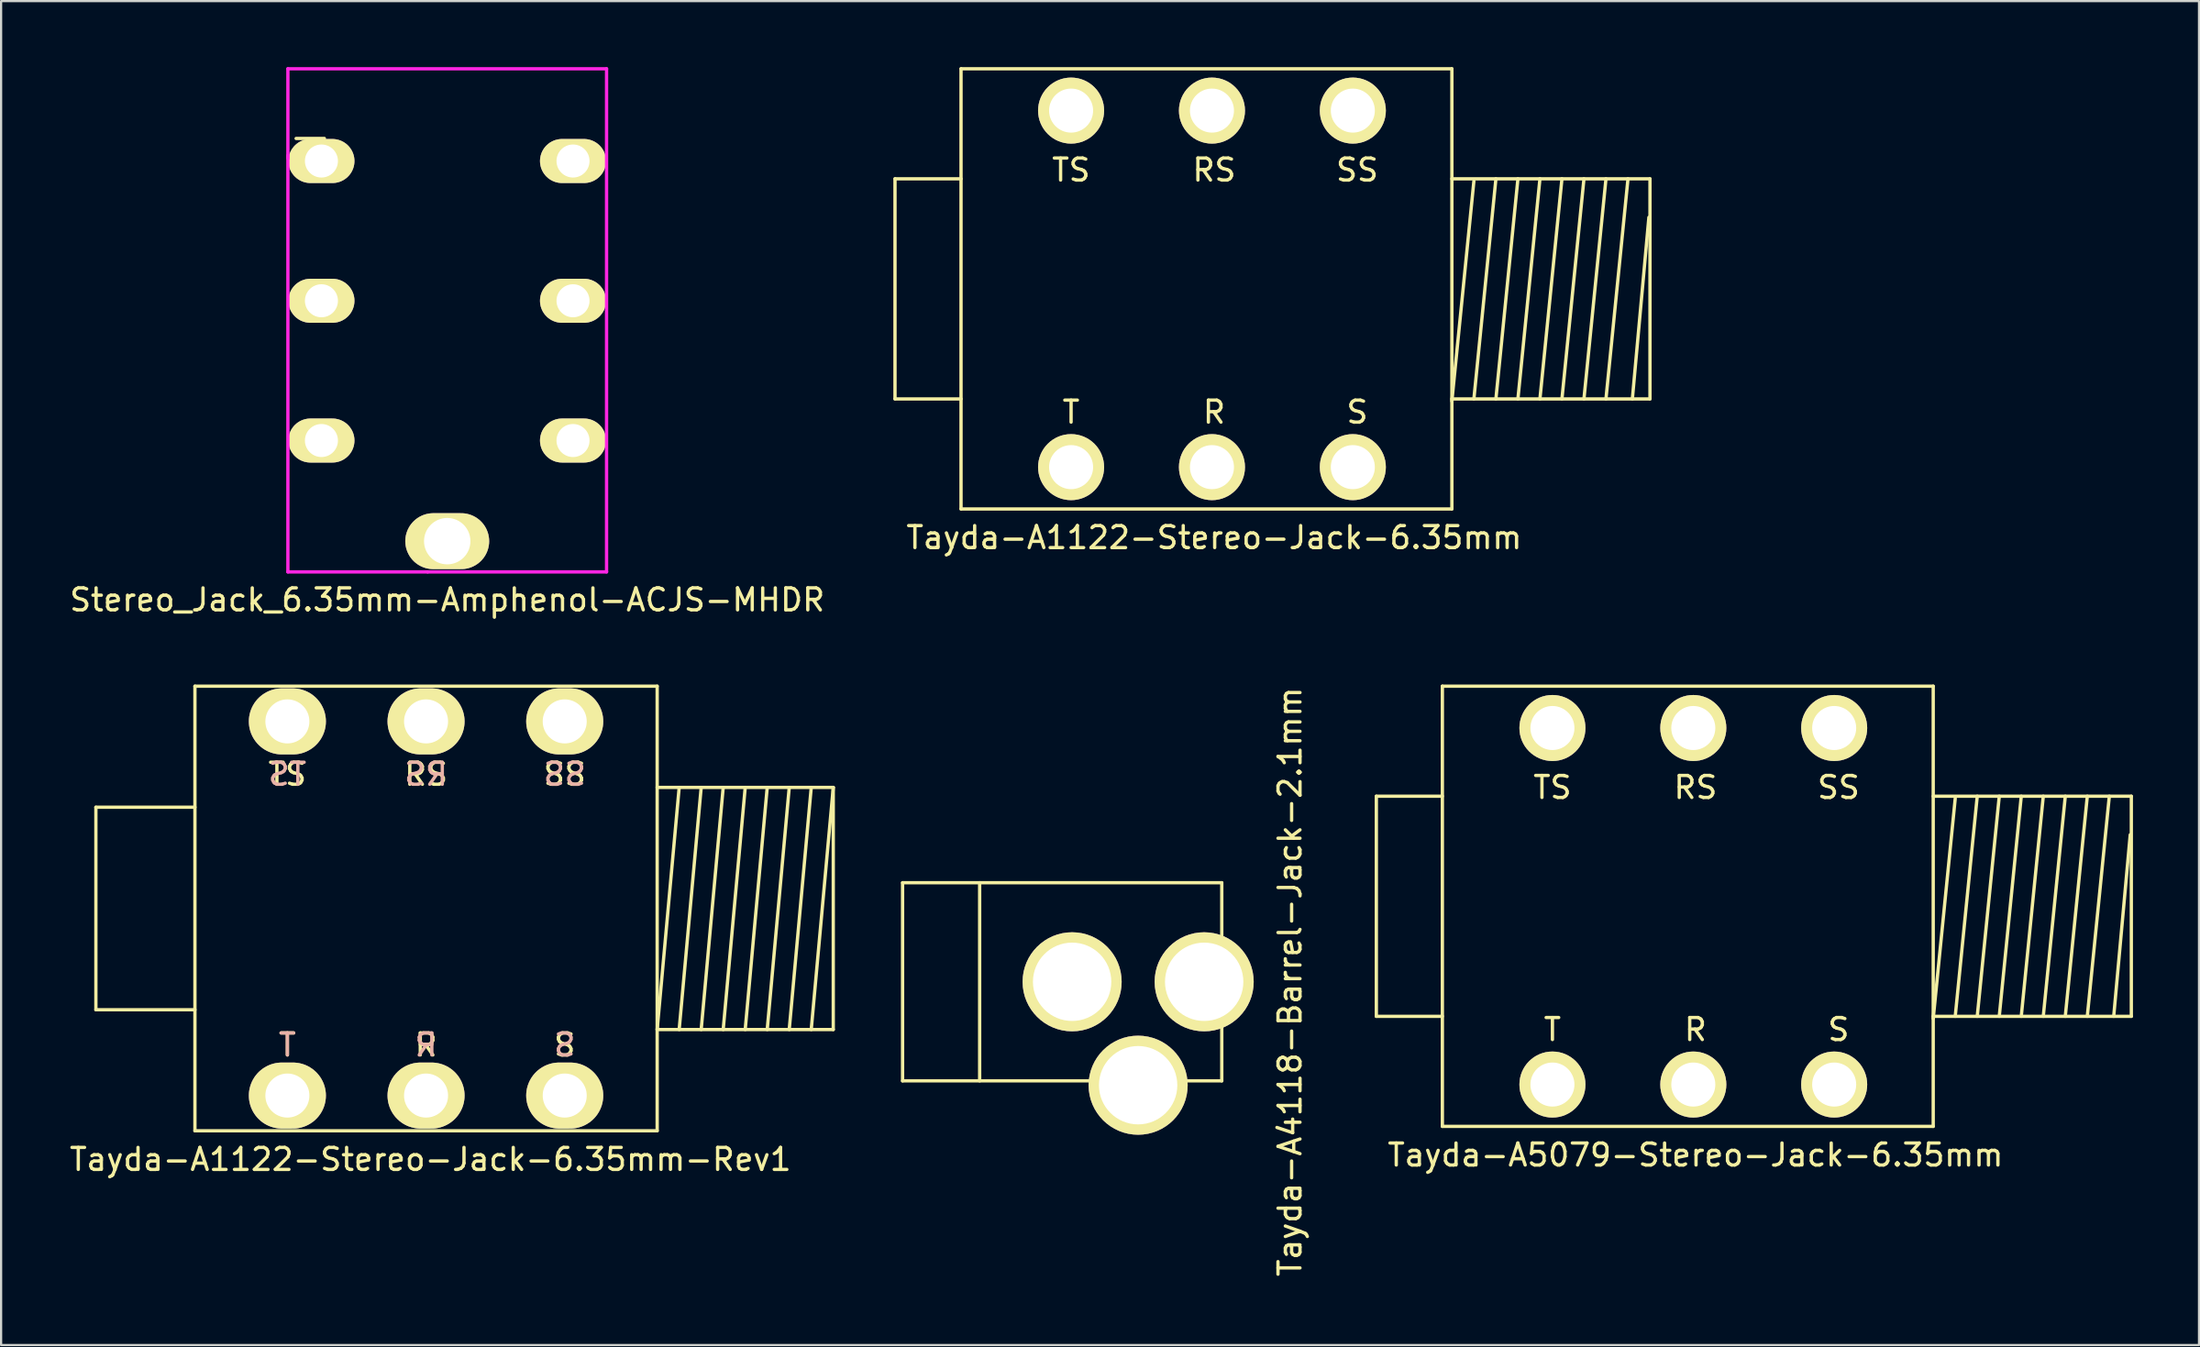
<source format=kicad_pcb>
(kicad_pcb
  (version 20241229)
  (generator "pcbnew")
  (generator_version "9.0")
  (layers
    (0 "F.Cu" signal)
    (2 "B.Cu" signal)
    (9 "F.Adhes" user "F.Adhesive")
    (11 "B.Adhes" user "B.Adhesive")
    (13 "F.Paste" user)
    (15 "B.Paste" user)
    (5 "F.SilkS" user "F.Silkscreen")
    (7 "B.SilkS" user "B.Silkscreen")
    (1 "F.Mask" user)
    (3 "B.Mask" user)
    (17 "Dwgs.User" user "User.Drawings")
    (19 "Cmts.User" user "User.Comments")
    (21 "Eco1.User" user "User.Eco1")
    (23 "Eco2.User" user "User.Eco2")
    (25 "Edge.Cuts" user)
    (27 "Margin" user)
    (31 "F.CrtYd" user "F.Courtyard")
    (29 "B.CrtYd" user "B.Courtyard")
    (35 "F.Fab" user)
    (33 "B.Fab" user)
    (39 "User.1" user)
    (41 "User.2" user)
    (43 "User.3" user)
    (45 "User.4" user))
  (footprint "Tayda-A1122-Stereo-Jack-6.35mm-Rev1"
    (layer "F.Cu")
    (at 10.006 46.428)
    (property "Reference" "Tayda-A1122-Stereo-Jack-6.35mm-Rev1" (at 6.5 3.2 0) (layer "F.SilkS") (effects (font (size 1 1) (thickness 0.15))))
    (attr through_hole)
    (fp_line (start -8.7 -12.8) (end -4.2 -12.8) (stroke (width 0.15) (type solid)) (layer "F.SilkS"))
    (fp_line (start -8.7 -3.6) (end -8.7 -12.8) (stroke (width 0.15) (type solid)) (layer "F.SilkS"))
    (fp_line (start -4.2 -18.3) (end 16.8 -18.3) (stroke (width 0.15) (type solid)) (layer "F.SilkS"))
    (fp_line (start -4.2 -3.6) (end -8.7 -3.6) (stroke (width 0.15) (type solid)) (layer "F.SilkS"))
    (fp_line (start -4.2 1.9) (end -4.2 -18.3) (stroke (width 0.15) (type solid)) (layer "F.SilkS"))
    (fp_line (start -4.2 1.9) (end 16.8 1.9) (stroke (width 0.15) (type solid)) (layer "F.SilkS"))
    (fp_line (start 16.8 -18.3) (end 16.8 1.9) (stroke (width 0.15) (type solid)) (layer "F.SilkS"))
    (fp_line (start 16.8 -13.7) (end 24.8 -13.7) (stroke (width 0.15) (type solid)) (layer "F.SilkS"))
    (fp_line (start 16.8 -2.7) (end 24.8 -2.7) (stroke (width 0.15) (type solid)) (layer "F.SilkS"))
    (fp_line (start 17.8 -13.7) (end 16.8 -2.7) (stroke (width 0.15) (type solid)) (layer "F.SilkS"))
    (fp_line (start 18.8 -13.7) (end 17.8 -2.7) (stroke (width 0.15) (type solid)) (layer "F.SilkS"))
    (fp_line (start 19.8 -13.7) (end 18.8 -2.7) (stroke (width 0.15) (type solid)) (layer "F.SilkS"))
    (fp_line (start 20.8 -13.7) (end 19.8 -2.7) (stroke (width 0.15) (type solid)) (layer "F.SilkS"))
    (fp_line (start 21.8 -13.7) (end 20.8 -2.7) (stroke (width 0.15) (type solid)) (layer "F.SilkS"))
    (fp_line (start 22.8 -13.7) (end 21.8 -2.7) (stroke (width 0.15) (type solid)) (layer "F.SilkS"))
    (fp_line (start 23.8 -13.7) (end 22.8 -2.7) (stroke (width 0.15) (type solid)) (layer "F.SilkS"))
    (fp_line (start 24.8 -13.7) (end 23.8 -2.7) (stroke (width 0.15) (type solid)) (layer "F.SilkS"))
    (fp_line (start 24.8 -2.7) (end 24.8 -13.7) (stroke (width 0.15) (type solid)) (layer "F.SilkS"))
    (fp_text user "SS" (at 12.6 -14.3 0) (layer "F.SilkS") (effects (font (size 1 1) (thickness 0.15))))
    (fp_text user "R" (at 6.3 -2 0) (layer "F.SilkS") (effects (font (size 1 1) (thickness 0.15))))
    (fp_text user "TS" (at 0 -14.3 0) (layer "F.SilkS") (effects (font (size 1 1) (thickness 0.15))))
    (fp_text user "RS" (at 6.3 -14.3 0) (layer "F.SilkS") (effects (font (size 1 1) (thickness 0.15))))
    (fp_text user "T" (at 0 -2 0) (layer "F.SilkS") (effects (font (size 1 1) (thickness 0.15))))
    (fp_text user "S" (at 12.6 -2 0) (layer "F.SilkS") (effects (font (size 1 1) (thickness 0.15))))
    (fp_text user "TS" (at 0 -14.3 0) (layer "B.SilkS") (effects (font (size 1 1) (thickness 0.15)) (justify mirror)))
    (fp_text user "R" (at 6.3 -2 0) (layer "B.SilkS") (effects (font (size 1 1) (thickness 0.15)) (justify mirror)))
    (fp_text user "T" (at 0 -2 0) (layer "B.SilkS") (effects (font (size 1 1) (thickness 0.15)) (justify mirror)))
    (fp_text user "S" (at 12.6 -2 0) (layer "B.SilkS") (effects (font (size 1 1) (thickness 0.15)) (justify mirror)))
    (fp_text user "SS" (at 12.6 -14.3 0) (layer "B.SilkS") (effects (font (size 1 1) (thickness 0.15)) (justify mirror)))
    (fp_text user "RS" (at 6.3 -14.3 0) (layer "B.SilkS") (effects (font (size 1 1) (thickness 0.15)) (justify mirror)))
    (pad "1" thru_hole oval (at 0 0.3) (size 3.5 3) (drill 2) (layers "*.Cu" "*.Mask" "F.SilkS"))
    (pad "2" thru_hole oval (at 6.3 0.3) (size 3.5 3) (drill 2) (layers "*.Cu" "*.Mask" "F.SilkS"))
    (pad "3" thru_hole oval (at 12.6 0.3) (size 3.5 3) (drill 2) (layers "*.Cu" "*.Mask" "F.SilkS"))
    (pad "4" thru_hole oval (at 0 -16.7) (size 3.5 3) (drill 2) (layers "*.Cu" "*.Mask" "F.SilkS"))
    (pad "5" thru_hole oval (at 6.3 -16.7) (size 3.5 3) (drill 2) (layers "*.Cu" "*.Mask" "F.SilkS"))
    (pad "6" thru_hole oval (at 12.6 -16.7) (size 3.5 3) (drill 2) (layers "*.Cu" "*.Mask" "F.SilkS")))
  (footprint "Stereo_Jack_6.35mm-Amphenol-ACJS-MHDR"
    (layer "F.Cu")
    (at 11.553 4.266)
    (property "Reference" "Stereo_Jack_6.35mm-Amphenol-ACJS-MHDR" (at 5.715 19.939 0) (layer "F.SilkS") (effects (font (size 1 1) (thickness 0.15))))
    (attr through_hole)
    (fp_line (start 0.135 -1.025) (end -1.15 -1.025) (stroke (width 0.15) (type solid)) (layer "F.SilkS"))
    (fp_line (start -1.524 -4.191) (end 12.954 -4.191) (stroke (width 0.15) (type solid)) (layer "F.CrtYd"))
    (fp_line (start -1.524 -0.127) (end -1.524 -4.191) (stroke (width 0.15) (type solid)) (layer "F.CrtYd"))
    (fp_line (start -1.524 18.669) (end -1.524 -0.254) (stroke (width 0.15) (type solid)) (layer "F.CrtYd"))
    (fp_line (start 4.826 18.669) (end -1.524 18.669) (stroke (width 0.15) (type solid)) (layer "F.CrtYd"))
    (fp_line (start 12.954 -4.191) (end 12.954 18.669) (stroke (width 0.15) (type solid)) (layer "F.CrtYd"))
    (fp_line (start 12.954 18.669) (end 4.826 18.669) (stroke (width 0.15) (type solid)) (layer "F.CrtYd"))
    (pad "1" thru_hole oval (at 0 0) (size 3 2) (drill 1.5) (layers "*.Cu" "*.Mask" "F.SilkS"))
    (pad "2" thru_hole oval (at 0 6.35) (size 3 2) (drill 1.5) (layers "*.Cu" "*.Mask" "F.SilkS"))
    (pad "3" thru_hole oval (at 0 12.7) (size 3 2) (drill 1.5) (layers "*.Cu" "*.Mask" "F.SilkS"))
    (pad "4" thru_hole oval (at 11.43 0) (size 3 2) (drill 1.5) (layers "*.Cu" "*.Mask" "F.SilkS"))
    (pad "5" thru_hole oval (at 11.43 6.35) (size 3 2) (drill 1.5) (layers "*.Cu" "*.Mask" "F.SilkS"))
    (pad "6" thru_hole oval (at 11.43 12.7) (size 3 2) (drill 1.5) (layers "*.Cu" "*.Mask" "F.SilkS"))
    (pad "7" thru_hole oval (at 5.715 17.272) (size 3.81 2.54) (drill 2.108) (layers "*.Cu" "*.Mask" "F.SilkS")))
  (footprint "Tayda-A5079-Stereo-Jack-6.35mm"
    (layer "F.Cu")
    (at 67.479 46.228)
    (property "Reference" "Tayda-A5079-Stereo-Jack-6.35mm" (at 6.5 3.2 0) (layer "F.SilkS") (effects (font (size 1 1) (thickness 0.15))))
    (attr through_hole)
    (fp_line (start -8 -13.1) (end -8 -3.1) (stroke (width 0.15) (type solid)) (layer "F.SilkS"))
    (fp_line (start -8 -13.1) (end -5 -13.1) (stroke (width 0.15) (type solid)) (layer "F.SilkS"))
    (fp_line (start -5 -18.1) (end 17.3 -18.1) (stroke (width 0.15) (type solid)) (layer "F.SilkS"))
    (fp_line (start -5 -3.1) (end -8 -3.1) (stroke (width 0.15) (type solid)) (layer "F.SilkS"))
    (fp_line (start -5 1.9) (end -5 -18.1) (stroke (width 0.15) (type solid)) (layer "F.SilkS"))
    (fp_line (start 17.3 -18.1) (end 17.3 1.9) (stroke (width 0.15) (type solid)) (layer "F.SilkS"))
    (fp_line (start 17.3 -3.1) (end 26.3 -3.1) (stroke (width 0.15) (type solid)) (layer "F.SilkS"))
    (fp_line (start 17.3 1.9) (end -5 1.9) (stroke (width 0.15) (type solid)) (layer "F.SilkS"))
    (fp_line (start 18.3 -13) (end 17.3 -3) (stroke (width 0.15) (type solid)) (layer "F.SilkS"))
    (fp_line (start 19.3 -13.1) (end 18.3 -3.1) (stroke (width 0.15) (type solid)) (layer "F.SilkS"))
    (fp_line (start 20.3 -13.1) (end 19.3 -3.1) (stroke (width 0.15) (type solid)) (layer "F.SilkS"))
    (fp_line (start 21.3 -13.1) (end 20.3 -3.1) (stroke (width 0.15) (type solid)) (layer "F.SilkS"))
    (fp_line (start 22.3 -13.1) (end 21.3 -3.1) (stroke (width 0.15) (type solid)) (layer "F.SilkS"))
    (fp_line (start 23.3 -13.1) (end 22.3 -3.1) (stroke (width 0.15) (type solid)) (layer "F.SilkS"))
    (fp_line (start 24.3 -13.1) (end 23.3 -3.1) (stroke (width 0.15) (type solid)) (layer "F.SilkS"))
    (fp_line (start 25.3 -13.1) (end 24.3 -3.1) (stroke (width 0.15) (type solid)) (layer "F.SilkS"))
    (fp_line (start 25.5 -3.1) (end 26.25 -11.35) (stroke (width 0.15) (type solid)) (layer "F.SilkS"))
    (fp_line (start 26.3 -13.1) (end 17.3 -13.1) (stroke (width 0.15) (type solid)) (layer "F.SilkS"))
    (fp_line (start 26.3 -13.1) (end 26.3 -3.1) (stroke (width 0.15) (type solid)) (layer "F.SilkS"))
    (fp_text user "RS" (at 6.5 -13.5 0) (layer "F.SilkS") (effects (font (size 1 1) (thickness 0.15))))
    (fp_text user "SS" (at 13 -13.5 0) (layer "F.SilkS") (effects (font (size 1 1) (thickness 0.15))))
    (fp_text user "TS" (at 0 -13.5 0) (layer "F.SilkS") (effects (font (size 1 1) (thickness 0.15))))
    (fp_text user "R" (at 6.5 -2.5 0) (layer "F.SilkS") (effects (font (size 1 1) (thickness 0.15))))
    (fp_text user "T" (at 0 -2.5 0) (layer "F.SilkS") (effects (font (size 1 1) (thickness 0.15))))
    (fp_text user "S" (at 13 -2.5 0) (layer "F.SilkS") (effects (font (size 1 1) (thickness 0.15))))
    (pad "1" thru_hole circle (at 0 0) (size 3 3) (drill 2) (layers "*.Cu" "*.Mask" "F.SilkS"))
    (pad "2" thru_hole circle (at 6.4 0) (size 3 3) (drill 2) (layers "*.Cu" "*.Mask" "F.SilkS"))
    (pad "3" thru_hole circle (at 12.8 0) (size 3 3) (drill 2) (layers "*.Cu" "*.Mask" "F.SilkS"))
    (pad "4" thru_hole circle (at 0 -16.2) (size 3 3) (drill 2) (layers "*.Cu" "*.Mask" "F.SilkS"))
    (pad "5" thru_hole circle (at 6.4 -16.2) (size 3 3) (drill 2) (layers "*.Cu" "*.Mask" "F.SilkS"))
    (pad "6" thru_hole circle (at 12.8 -16.2) (size 3 3) (drill 2) (layers "*.Cu" "*.Mask" "F.SilkS")))
  (footprint "Tayda-A1122-Stereo-Jack-6.35mm"
    (layer "F.Cu")
    (at 51.961 9.92)
    (property "Reference" "Tayda-A1122-Stereo-Jack-6.35mm" (at 0.15 11.455 0) (layer "F.SilkS") (effects (font (size 1 1) (thickness 0.15))))
    (attr through_hole)
    (fp_line (start -14.35 -4.845) (end -14.35 5.155) (stroke (width 0.15) (type solid)) (layer "F.SilkS"))
    (fp_line (start -14.35 -4.845) (end -11.35 -4.845) (stroke (width 0.15) (type solid)) (layer "F.SilkS"))
    (fp_line (start -11.35 -9.845) (end 10.95 -9.845) (stroke (width 0.15) (type solid)) (layer "F.SilkS"))
    (fp_line (start -11.35 5.155) (end -14.35 5.155) (stroke (width 0.15) (type solid)) (layer "F.SilkS"))
    (fp_line (start -11.35 10.155) (end -11.35 -9.845) (stroke (width 0.15) (type solid)) (layer "F.SilkS"))
    (fp_line (start 10.95 -9.845) (end 10.95 10.155) (stroke (width 0.15) (type solid)) (layer "F.SilkS"))
    (fp_line (start 10.95 5.155) (end 19.95 5.155) (stroke (width 0.15) (type solid)) (layer "F.SilkS"))
    (fp_line (start 10.95 10.155) (end -11.35 10.155) (stroke (width 0.15) (type solid)) (layer "F.SilkS"))
    (fp_line (start 11.95 -4.745) (end 10.95 5.255) (stroke (width 0.15) (type solid)) (layer "F.SilkS"))
    (fp_line (start 12.95 -4.845) (end 11.95 5.155) (stroke (width 0.15) (type solid)) (layer "F.SilkS"))
    (fp_line (start 13.95 -4.845) (end 12.95 5.155) (stroke (width 0.15) (type solid)) (layer "F.SilkS"))
    (fp_line (start 14.95 -4.845) (end 13.95 5.155) (stroke (width 0.15) (type solid)) (layer "F.SilkS"))
    (fp_line (start 15.95 -4.845) (end 14.95 5.155) (stroke (width 0.15) (type solid)) (layer "F.SilkS"))
    (fp_line (start 16.95 -4.845) (end 15.95 5.155) (stroke (width 0.15) (type solid)) (layer "F.SilkS"))
    (fp_line (start 17.95 -4.845) (end 16.95 5.155) (stroke (width 0.15) (type solid)) (layer "F.SilkS"))
    (fp_line (start 18.95 -4.845) (end 17.95 5.155) (stroke (width 0.15) (type solid)) (layer "F.SilkS"))
    (fp_line (start 19.15 5.155) (end 19.9 -3.095) (stroke (width 0.15) (type solid)) (layer "F.SilkS"))
    (fp_line (start 19.95 -4.845) (end 10.95 -4.845) (stroke (width 0.15) (type solid)) (layer "F.SilkS"))
    (fp_line (start 19.95 -4.845) (end 19.95 5.155) (stroke (width 0.15) (type solid)) (layer "F.SilkS"))
    (fp_text user "RS" (at 0.15 -5.245 0) (layer "F.SilkS") (effects (font (size 1 1) (thickness 0.15))))
    (fp_text user "SS" (at 6.65 -5.245 0) (layer "F.SilkS") (effects (font (size 1 1) (thickness 0.15))))
    (fp_text user "R" (at 0.15 5.755 0) (layer "F.SilkS") (effects (font (size 1 1) (thickness 0.15))))
    (fp_text user "T" (at -6.35 5.755 0) (layer "F.SilkS") (effects (font (size 1 1) (thickness 0.15))))
    (fp_text user "S" (at 6.65 5.755 0) (layer "F.SilkS") (effects (font (size 1 1) (thickness 0.15))))
    (fp_text user "TS" (at -6.35 -5.245 0) (layer "F.SilkS") (effects (font (size 1 1) (thickness 0.15))))
    (pad "1" thru_hole circle (at -6.35 8.255) (size 3 3) (drill 2) (layers "*.Cu" "*.Mask" "F.SilkS"))
    (pad "2" thru_hole circle (at 0.05 8.255) (size 3 3) (drill 2) (layers "*.Cu" "*.Mask" "F.SilkS"))
    (pad "3" thru_hole circle (at 6.45 8.255) (size 3 3) (drill 2) (layers "*.Cu" "*.Mask" "F.SilkS"))
    (pad "4" thru_hole circle (at -6.35 -7.945) (size 3 3) (drill 2) (layers "*.Cu" "*.Mask" "F.SilkS"))
    (pad "5" thru_hole circle (at 0.05 -7.945) (size 3 3) (drill 2) (layers "*.Cu" "*.Mask" "F.SilkS"))
    (pad "6" thru_hole circle (at 6.45 -7.945) (size 3 3) (drill 2) (layers "*.Cu" "*.Mask" "F.SilkS")))
  (footprint "Tayda-A4118-Barrel-Jack-2.1mm"
    (layer "F.Cu")
    (at 45.457 41.559)
    (property "Reference" "Tayda-A4118-Barrel-Jack-2.1mm" (at 10.099 0 90) (layer "F.SilkS") (effects (font (size 1 1) (thickness 0.15))))
    (attr through_hole)
    (fp_line (start -7.501 -4.501) (end -7.501 4.501) (stroke (width 0.15) (type solid)) (layer "F.SilkS"))
    (fp_line (start -7.501 4.501) (end 7 4.501) (stroke (width 0.15) (type solid)) (layer "F.SilkS"))
    (fp_line (start -4 -4.501) (end -4 4.501) (stroke (width 0.15) (type solid)) (layer "F.SilkS"))
    (fp_line (start 7 -4.501) (end -7.501 -4.501) (stroke (width 0.15) (type solid)) (layer "F.SilkS"))
    (fp_line (start 7 4.501) (end 7 -4.501) (stroke (width 0.15) (type solid)) (layer "F.SilkS"))
    (pad "1" thru_hole circle (at 6.2 0) (size 4.5 4.5) (drill 3.56) (layers "*.Cu" "*.Mask" "F.SilkS"))
    (pad "2" thru_hole circle (at 0.201 0) (size 4.5 4.5) (drill 3.56) (layers "*.Cu" "*.Mask" "F.SilkS"))
    (pad "3" thru_hole circle (at 3.2 4.699) (size 4.5 4.5) (drill 3.56) (layers "*.Cu" "*.Mask" "F.SilkS")))
  (gr_rect
    (start -3 -3)
    (end 96.854 58.065)
    (stroke (width 0.1) (type default))
    (fill no)
    (layer "Edge.Cuts")))
</source>
